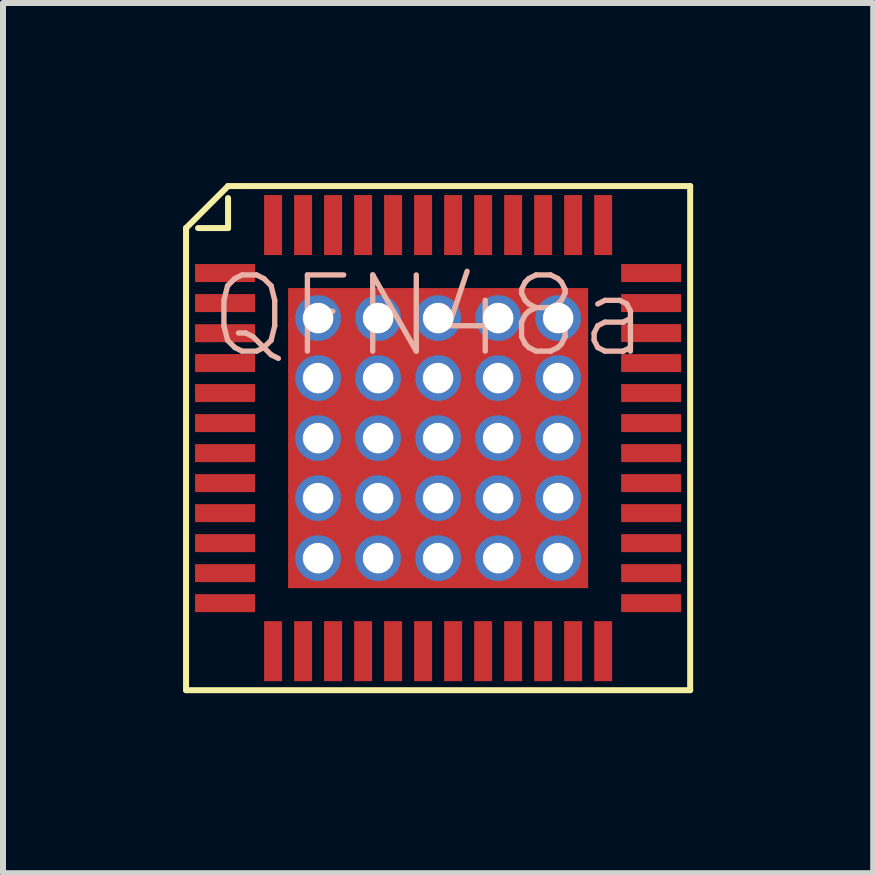
<source format=kicad_pcb>
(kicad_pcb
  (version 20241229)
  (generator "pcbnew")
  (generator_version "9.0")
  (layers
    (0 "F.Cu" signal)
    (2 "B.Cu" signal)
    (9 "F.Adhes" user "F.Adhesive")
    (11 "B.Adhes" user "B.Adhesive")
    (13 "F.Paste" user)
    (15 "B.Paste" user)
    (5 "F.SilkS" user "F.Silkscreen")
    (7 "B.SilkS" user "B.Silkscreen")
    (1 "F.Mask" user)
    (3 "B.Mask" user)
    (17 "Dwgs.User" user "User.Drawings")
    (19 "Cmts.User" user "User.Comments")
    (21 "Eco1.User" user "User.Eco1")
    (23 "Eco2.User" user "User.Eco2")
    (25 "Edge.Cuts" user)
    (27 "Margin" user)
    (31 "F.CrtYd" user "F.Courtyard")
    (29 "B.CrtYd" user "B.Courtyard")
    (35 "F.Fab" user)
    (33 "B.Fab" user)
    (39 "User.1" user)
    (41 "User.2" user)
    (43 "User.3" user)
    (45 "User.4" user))
  (footprint "QFN48a"
    (layer "F.Cu")
    (at 4.25 4.25)
    (property "Reference" "QFN48a" (at -0.152 -2.032 0) (layer "B.SilkS") (effects (font (size 1.27 1.27) (thickness 0.089))))
    (attr smd)
    (fp_line (start -4.2 -3.5) (end -4.2 4.2) (stroke (width 0.1) (type solid)) (layer "F.SilkS"))
    (fp_line (start -4.2 4.2) (end 4.2 4.2) (stroke (width 0.1) (type solid)) (layer "F.SilkS"))
    (fp_line (start -4 -3.5) (end -3.5 -3.5) (stroke (width 0.1) (type solid)) (layer "F.SilkS"))
    (fp_line (start -3.5 -4.2) (end -4.2 -3.5) (stroke (width 0.1) (type solid)) (layer "F.SilkS"))
    (fp_line (start -3.5 -3.5) (end -3.5 -4) (stroke (width 0.1) (type solid)) (layer "F.SilkS"))
    (fp_line (start 4.2 -4.2) (end -3.5 -4.2) (stroke (width 0.1) (type solid)) (layer "F.SilkS"))
    (fp_line (start 4.2 4.2) (end 4.2 -4.2) (stroke (width 0.1) (type solid)) (layer "F.SilkS"))
    (pad "1" smd rect (at -3.55 -2.75) (size 1 0.3) (layers "F.Cu" "F.Mask" "F.Paste"))
    (pad "2" smd rect (at -3.55 -2.25) (size 1 0.3) (layers "F.Cu" "F.Mask" "F.Paste"))
    (pad "3" smd rect (at -3.55 -1.748) (size 1 0.3) (layers "F.Cu" "F.Mask" "F.Paste"))
    (pad "4" smd rect (at -3.55 -1.25) (size 1 0.3) (layers "F.Cu" "F.Mask" "F.Paste"))
    (pad "5" smd rect (at -3.55 -0.75) (size 1 0.3) (layers "F.Cu" "F.Mask" "F.Paste"))
    (pad "6" smd rect (at -3.55 -0.25) (size 1 0.3) (layers "F.Cu" "F.Mask" "F.Paste"))
    (pad "7" smd rect (at -3.55 0.25) (size 1 0.3) (layers "F.Cu" "F.Mask" "F.Paste"))
    (pad "8" smd rect (at -3.55 0.75) (size 1 0.3) (layers "F.Cu" "F.Mask" "F.Paste"))
    (pad "9" smd rect (at -3.55 1.25) (size 1 0.3) (layers "F.Cu" "F.Mask" "F.Paste"))
    (pad "10" smd rect (at -3.55 1.75) (size 1 0.3) (layers "F.Cu" "F.Mask" "F.Paste"))
    (pad "11" smd rect (at -3.55 2.25) (size 1 0.3) (layers "F.Cu" "F.Mask" "F.Paste"))
    (pad "12" smd rect (at -3.55 2.75) (size 1 0.3) (layers "F.Cu" "F.Mask" "F.Paste"))
    (pad "13" smd rect (at -2.75 3.55) (size 0.3 1) (layers "F.Cu" "F.Mask" "F.Paste"))
    (pad "14" smd rect (at -2.25 3.55) (size 0.3 1) (layers "F.Cu" "F.Mask" "F.Paste"))
    (pad "15" smd rect (at -1.75 3.55) (size 0.3 1) (layers "F.Cu" "F.Mask" "F.Paste"))
    (pad "16" smd rect (at -1.25 3.55) (size 0.3 1) (layers "F.Cu" "F.Mask" "F.Paste"))
    (pad "17" smd rect (at -0.75 3.55) (size 0.3 1) (layers "F.Cu" "F.Mask" "F.Paste"))
    (pad "18" smd rect (at -0.25 3.55) (size 0.3 1) (layers "F.Cu" "F.Mask" "F.Paste"))
    (pad "19" smd rect (at 0.25 3.55) (size 0.3 1) (layers "F.Cu" "F.Mask" "F.Paste"))
    (pad "20" smd rect (at 0.75 3.55) (size 0.3 1) (layers "F.Cu" "F.Mask" "F.Paste"))
    (pad "21" smd rect (at 1.25 3.55) (size 0.3 1) (layers "F.Cu" "F.Mask" "F.Paste"))
    (pad "22" smd rect (at 1.75 3.55) (size 0.3 1) (layers "F.Cu" "F.Mask" "F.Paste"))
    (pad "23" smd rect (at 2.25 3.55) (size 0.3 1) (layers "F.Cu" "F.Mask" "F.Paste"))
    (pad "24" smd rect (at 2.75 3.55) (size 0.3 1) (layers "F.Cu" "F.Mask" "F.Paste"))
    (pad "25" smd rect (at 3.55 2.75) (size 1 0.3) (layers "F.Cu" "F.Mask" "F.Paste"))
    (pad "26" smd rect (at 3.55 2.25) (size 1 0.3) (layers "F.Cu" "F.Mask" "F.Paste"))
    (pad "27" smd rect (at 3.55 1.75) (size 1 0.3) (layers "F.Cu" "F.Mask" "F.Paste"))
    (pad "28" smd rect (at 3.55 1.25) (size 1 0.3) (layers "F.Cu" "F.Mask" "F.Paste"))
    (pad "29" smd rect (at 3.55 0.75) (size 1 0.3) (layers "F.Cu" "F.Mask" "F.Paste"))
    (pad "30" smd rect (at 3.55 0.25) (size 1 0.3) (layers "F.Cu" "F.Mask" "F.Paste"))
    (pad "31" smd rect (at 3.55 -0.25) (size 1 0.3) (layers "F.Cu" "F.Mask" "F.Paste"))
    (pad "32" smd rect (at 3.55 -0.75) (size 1 0.3) (layers "F.Cu" "F.Mask" "F.Paste"))
    (pad "33" smd rect (at 3.55 -1.25) (size 1 0.3) (layers "F.Cu" "F.Mask" "F.Paste"))
    (pad "34" smd rect (at 3.55 -1.75) (size 1 0.3) (layers "F.Cu" "F.Mask" "F.Paste"))
    (pad "35" smd rect (at 3.55 -2.25) (size 1 0.3) (layers "F.Cu" "F.Mask" "F.Paste"))
    (pad "36" smd rect (at 3.55 -2.75) (size 1 0.3) (layers "F.Cu" "F.Mask" "F.Paste"))
    (pad "37" smd rect (at 2.75 -3.55) (size 0.3 1) (layers "F.Cu" "F.Mask" "F.Paste"))
    (pad "38" smd rect (at 2.25 -3.55) (size 0.3 1) (layers "F.Cu" "F.Mask" "F.Paste"))
    (pad "39" smd rect (at 1.75 -3.55) (size 0.3 1) (layers "F.Cu" "F.Mask" "F.Paste"))
    (pad "40" smd rect (at 1.25 -3.55) (size 0.3 1) (layers "F.Cu" "F.Mask" "F.Paste"))
    (pad "41" smd rect (at 0.75 -3.55) (size 0.3 1) (layers "F.Cu" "F.Mask" "F.Paste"))
    (pad "42" smd rect (at 0.25 -3.55) (size 0.3 1) (layers "F.Cu" "F.Mask" "F.Paste"))
    (pad "43" smd rect (at -0.25 -3.55) (size 0.3 1) (layers "F.Cu" "F.Mask" "F.Paste"))
    (pad "44" smd rect (at -0.75 -3.55) (size 0.3 1) (layers "F.Cu" "F.Mask" "F.Paste"))
    (pad "45" smd rect (at -1.25 -3.55) (size 0.3 1) (layers "F.Cu" "F.Mask" "F.Paste"))
    (pad "46" smd rect (at -1.75 -3.55) (size 0.3 1) (layers "F.Cu" "F.Mask" "F.Paste"))
    (pad "47" smd rect (at -2.25 -3.55) (size 0.3 1) (layers "F.Cu" "F.Mask" "F.Paste"))
    (pad "48" smd rect (at -2.75 -3.55) (size 0.3 1) (layers "F.Cu" "F.Mask" "F.Paste"))
    (pad "49" thru_hole circle (at -2 -2) (size 0.762 0.762) (drill 0.508) (layers "*.Cu" "*.Mask"))
    (pad "49" thru_hole circle (at -2 -1) (size 0.762 0.762) (drill 0.508) (layers "*.Cu" "*.Mask"))
    (pad "49" thru_hole circle (at -2 0) (size 0.762 0.762) (drill 0.508) (layers "*.Cu" "*.Mask"))
    (pad "49" thru_hole circle (at -2 1) (size 0.762 0.762) (drill 0.508) (layers "*.Cu" "*.Mask"))
    (pad "49" thru_hole circle (at -2 2) (size 0.762 0.762) (drill 0.508) (layers "*.Cu" "*.Mask"))
    (pad "49" smd rect (at -1.125 -1.125) (size 2 2) (layers "F.Cu" "F.Mask" "F.Paste"))
    (pad "49" smd rect (at -1.125 1.125) (size 2 2) (layers "F.Cu" "F.Mask" "F.Paste"))
    (pad "49" thru_hole circle (at -1 -2) (size 0.762 0.762) (drill 0.508) (layers "*.Cu" "*.Mask"))
    (pad "49" thru_hole circle (at -1 -1) (size 0.762 0.762) (drill 0.508) (layers "*.Cu" "*.Mask"))
    (pad "49" thru_hole circle (at -1 0) (size 0.762 0.762) (drill 0.508) (layers "*.Cu" "*.Mask"))
    (pad "49" thru_hole circle (at -1 1) (size 0.762 0.762) (drill 0.508) (layers "*.Cu" "*.Mask"))
    (pad "49" thru_hole circle (at -1 2) (size 0.762 0.762) (drill 0.508) (layers "*.Cu" "*.Mask"))
    (pad "49" thru_hole circle (at 0 -2) (size 0.762 0.762) (drill 0.508) (layers "*.Cu" "*.Mask"))
    (pad "49" thru_hole circle (at 0 -1) (size 0.762 0.762) (drill 0.508) (layers "*.Cu" "*.Mask"))
    (pad "49" thru_hole circle (at 0 0) (size 0.762 0.762) (drill 0.508) (layers "*.Cu" "*.Mask"))
    (pad "49" smd rect (at 0 0) (size 5 5) (layers "F.Cu" "F.Mask"))
    (pad "49" thru_hole circle (at 0 1) (size 0.762 0.762) (drill 0.508) (layers "*.Cu" "*.Mask"))
    (pad "49" thru_hole circle (at 0 2) (size 0.762 0.762) (drill 0.508) (layers "*.Cu" "*.Mask"))
    (pad "49" thru_hole circle (at 1 -2) (size 0.762 0.762) (drill 0.508) (layers "*.Cu" "*.Mask"))
    (pad "49" thru_hole circle (at 1 -1) (size 0.762 0.762) (drill 0.508) (layers "*.Cu" "*.Mask"))
    (pad "49" thru_hole circle (at 1 0) (size 0.762 0.762) (drill 0.508) (layers "*.Cu" "*.Mask"))
    (pad "49" thru_hole circle (at 1 1) (size 0.762 0.762) (drill 0.508) (layers "*.Cu" "*.Mask"))
    (pad "49" thru_hole circle (at 1 2) (size 0.762 0.762) (drill 0.508) (layers "*.Cu" "*.Mask"))
    (pad "49" smd rect (at 1.125 -1.125) (size 2 2) (layers "F.Cu" "F.Mask" "F.Paste"))
    (pad "49" smd rect (at 1.125 1.125) (size 2 2) (layers "F.Cu" "F.Mask" "F.Paste"))
    (pad "49" thru_hole circle (at 2 -2) (size 0.762 0.762) (drill 0.508) (layers "*.Cu" "*.Mask"))
    (pad "49" thru_hole circle (at 2 -1) (size 0.762 0.762) (drill 0.508) (layers "*.Cu" "*.Mask"))
    (pad "49" thru_hole circle (at 2 0) (size 0.762 0.762) (drill 0.508) (layers "*.Cu" "*.Mask"))
    (pad "49" thru_hole circle (at 2 1) (size 0.762 0.762) (drill 0.508) (layers "*.Cu" "*.Mask"))
    (pad "49" thru_hole circle (at 2 2) (size 0.762 0.762) (drill 0.508) (layers "*.Cu" "*.Mask")))
  (gr_rect
    (start -3 -3)
    (end 11.5 11.5)
    (stroke (width 0.1) (type default))
    (fill no)
    (layer "Edge.Cuts")))
</source>
